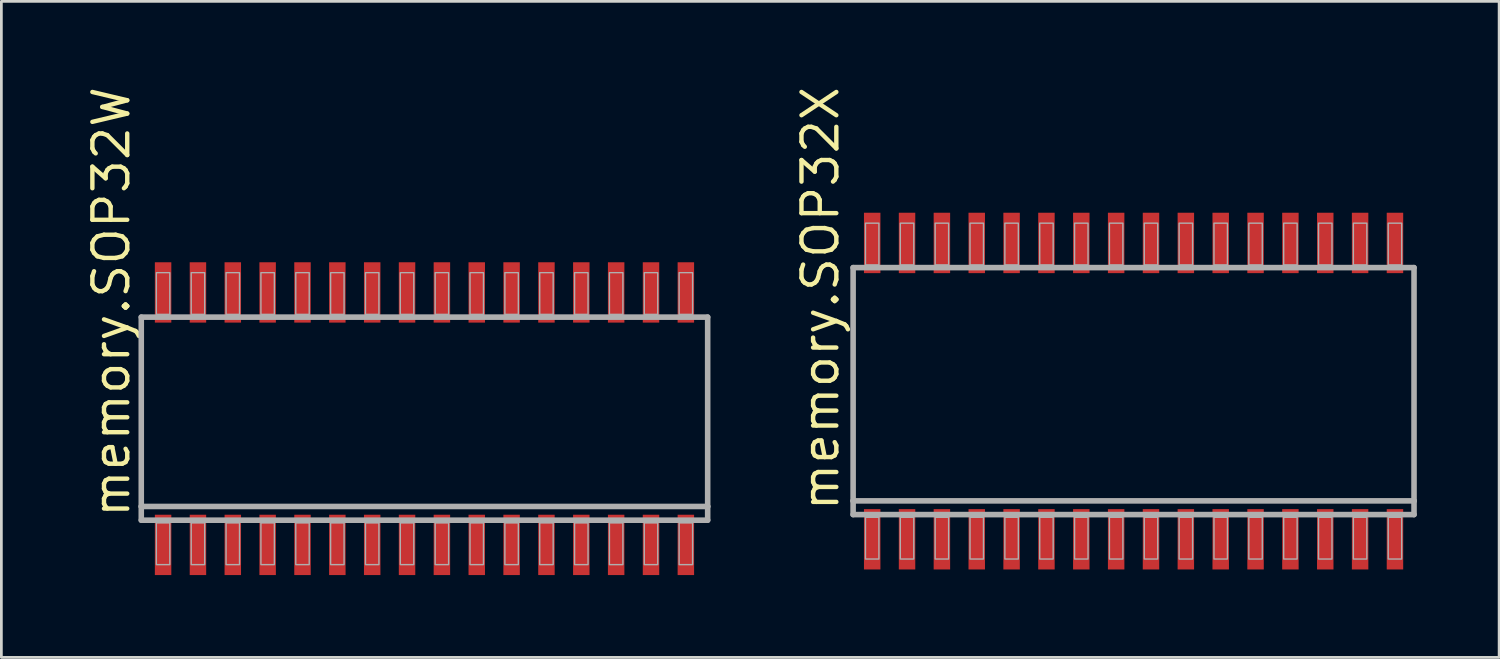
<source format=kicad_pcb>
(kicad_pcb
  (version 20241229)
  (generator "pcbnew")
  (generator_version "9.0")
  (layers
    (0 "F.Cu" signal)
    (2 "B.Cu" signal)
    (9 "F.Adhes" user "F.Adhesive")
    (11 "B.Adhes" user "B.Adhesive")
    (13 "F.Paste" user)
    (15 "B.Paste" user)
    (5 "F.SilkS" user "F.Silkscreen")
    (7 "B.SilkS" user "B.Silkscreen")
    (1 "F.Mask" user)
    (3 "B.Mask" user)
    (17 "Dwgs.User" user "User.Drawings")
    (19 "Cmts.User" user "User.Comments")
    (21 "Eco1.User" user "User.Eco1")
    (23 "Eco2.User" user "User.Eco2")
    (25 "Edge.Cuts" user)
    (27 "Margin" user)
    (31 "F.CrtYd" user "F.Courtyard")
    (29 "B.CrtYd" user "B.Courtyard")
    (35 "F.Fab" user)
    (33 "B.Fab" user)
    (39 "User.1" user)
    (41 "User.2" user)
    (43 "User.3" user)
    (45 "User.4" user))
  (footprint "memory.SOP32X"
    (layer "F.Cu")
    (at 38.258 11.202)
    (property "Reference" "memory.SOP32X" (at -10.668 4.445 90) (layer "F.SilkS") (effects (font (size 1.27 1.27) (thickness 0.16)) (justify left bottom)))
    (attr smd)
    (fp_line (start -10.22 -4.5) (end 10.22 -4.5) (stroke (width 0.203) (type default)) (layer "F.Fab"))
    (fp_line (start -10.22 4) (end -10.22 -4.5) (stroke (width 0.203) (type default)) (layer "F.Fab"))
    (fp_line (start -10.22 4.5) (end -10.22 4) (stroke (width 0.203) (type default)) (layer "F.Fab"))
    (fp_line (start 10.22 -4.5) (end 10.22 4) (stroke (width 0.203) (type default)) (layer "F.Fab"))
    (fp_line (start 10.22 4) (end -10.22 4) (stroke (width 0.203) (type default)) (layer "F.Fab"))
    (fp_line (start 10.22 4) (end 10.22 4.5) (stroke (width 0.203) (type default)) (layer "F.Fab"))
    (fp_line (start 10.22 4.5) (end -10.22 4.5) (stroke (width 0.203) (type default)) (layer "F.Fab"))
    (fp_rect (start -9.77 -4.6) (end -9.28 -6.12) (stroke (width 0.05) (type default)) (fill no) (layer "F.Fab"))
    (fp_rect (start -9.77 6.12) (end -9.28 4.6) (stroke (width 0.05) (type default)) (fill no) (layer "F.Fab"))
    (fp_rect (start -8.5 -4.6) (end -8.01 -6.12) (stroke (width 0.05) (type default)) (fill no) (layer "F.Fab"))
    (fp_rect (start -8.5 6.12) (end -8.01 4.6) (stroke (width 0.05) (type default)) (fill no) (layer "F.Fab"))
    (fp_rect (start -7.23 -4.6) (end -6.74 -6.12) (stroke (width 0.05) (type default)) (fill no) (layer "F.Fab"))
    (fp_rect (start -7.23 6.12) (end -6.74 4.6) (stroke (width 0.05) (type default)) (fill no) (layer "F.Fab"))
    (fp_rect (start -5.96 -4.6) (end -5.47 -6.12) (stroke (width 0.05) (type default)) (fill no) (layer "F.Fab"))
    (fp_rect (start -5.96 6.12) (end -5.47 4.6) (stroke (width 0.05) (type default)) (fill no) (layer "F.Fab"))
    (fp_rect (start -4.69 -4.6) (end -4.2 -6.12) (stroke (width 0.05) (type default)) (fill no) (layer "F.Fab"))
    (fp_rect (start -4.69 6.12) (end -4.2 4.6) (stroke (width 0.05) (type default)) (fill no) (layer "F.Fab"))
    (fp_rect (start -3.42 -4.6) (end -2.93 -6.12) (stroke (width 0.05) (type default)) (fill no) (layer "F.Fab"))
    (fp_rect (start -3.42 6.12) (end -2.93 4.6) (stroke (width 0.05) (type default)) (fill no) (layer "F.Fab"))
    (fp_rect (start -2.15 -4.6) (end -1.66 -6.12) (stroke (width 0.05) (type default)) (fill no) (layer "F.Fab"))
    (fp_rect (start -2.15 6.12) (end -1.66 4.6) (stroke (width 0.05) (type default)) (fill no) (layer "F.Fab"))
    (fp_rect (start -0.88 -4.6) (end -0.39 -6.12) (stroke (width 0.05) (type default)) (fill no) (layer "F.Fab"))
    (fp_rect (start -0.88 6.12) (end -0.39 4.6) (stroke (width 0.05) (type default)) (fill no) (layer "F.Fab"))
    (fp_rect (start 0.39 -4.6) (end 0.88 -6.12) (stroke (width 0.05) (type default)) (fill no) (layer "F.Fab"))
    (fp_rect (start 0.39 6.12) (end 0.88 4.6) (stroke (width 0.05) (type default)) (fill no) (layer "F.Fab"))
    (fp_rect (start 1.66 -4.6) (end 2.15 -6.12) (stroke (width 0.05) (type default)) (fill no) (layer "F.Fab"))
    (fp_rect (start 1.66 6.12) (end 2.15 4.6) (stroke (width 0.05) (type default)) (fill no) (layer "F.Fab"))
    (fp_rect (start 2.93 -4.6) (end 3.42 -6.12) (stroke (width 0.05) (type default)) (fill no) (layer "F.Fab"))
    (fp_rect (start 2.93 6.12) (end 3.42 4.6) (stroke (width 0.05) (type default)) (fill no) (layer "F.Fab"))
    (fp_rect (start 4.2 -4.6) (end 4.69 -6.12) (stroke (width 0.05) (type default)) (fill no) (layer "F.Fab"))
    (fp_rect (start 4.2 6.12) (end 4.69 4.6) (stroke (width 0.05) (type default)) (fill no) (layer "F.Fab"))
    (fp_rect (start 5.47 -4.6) (end 5.96 -6.12) (stroke (width 0.05) (type default)) (fill no) (layer "F.Fab"))
    (fp_rect (start 5.47 6.12) (end 5.96 4.6) (stroke (width 0.05) (type default)) (fill no) (layer "F.Fab"))
    (fp_rect (start 6.74 -4.6) (end 7.23 -6.12) (stroke (width 0.05) (type default)) (fill no) (layer "F.Fab"))
    (fp_rect (start 6.74 6.12) (end 7.23 4.6) (stroke (width 0.05) (type default)) (fill no) (layer "F.Fab"))
    (fp_rect (start 8.01 -4.6) (end 8.5 -6.12) (stroke (width 0.05) (type default)) (fill no) (layer "F.Fab"))
    (fp_rect (start 8.01 6.12) (end 8.5 4.6) (stroke (width 0.05) (type default)) (fill no) (layer "F.Fab"))
    (fp_rect (start 9.28 -4.6) (end 9.77 -6.12) (stroke (width 0.05) (type default)) (fill no) (layer "F.Fab"))
    (fp_rect (start 9.28 6.12) (end 9.77 4.6) (stroke (width 0.05) (type default)) (fill no) (layer "F.Fab"))
    (pad "1" smd roundrect (at -9.525 5.4) (size 0.6 2.2) (layers "F.Cu" "F.Mask" "F.Paste") (roundrect_rratio 0.01))
    (pad "2" smd roundrect (at -8.255 5.4) (size 0.6 2.2) (layers "F.Cu" "F.Mask" "F.Paste") (roundrect_rratio 0.01))
    (pad "3" smd roundrect (at -6.985 5.4) (size 0.6 2.2) (layers "F.Cu" "F.Mask" "F.Paste") (roundrect_rratio 0.01))
    (pad "4" smd roundrect (at -5.715 5.4) (size 0.6 2.2) (layers "F.Cu" "F.Mask" "F.Paste") (roundrect_rratio 0.01))
    (pad "5" smd roundrect (at -4.445 5.4) (size 0.6 2.2) (layers "F.Cu" "F.Mask" "F.Paste") (roundrect_rratio 0.01))
    (pad "6" smd roundrect (at -3.175 5.4) (size 0.6 2.2) (layers "F.Cu" "F.Mask" "F.Paste") (roundrect_rratio 0.01))
    (pad "7" smd roundrect (at -1.905 5.4) (size 0.6 2.2) (layers "F.Cu" "F.Mask" "F.Paste") (roundrect_rratio 0.01))
    (pad "8" smd roundrect (at -0.635 5.4) (size 0.6 2.2) (layers "F.Cu" "F.Mask" "F.Paste") (roundrect_rratio 0.01))
    (pad "9" smd roundrect (at 0.635 5.4) (size 0.6 2.2) (layers "F.Cu" "F.Mask" "F.Paste") (roundrect_rratio 0.01))
    (pad "10" smd roundrect (at 1.905 5.4) (size 0.6 2.2) (layers "F.Cu" "F.Mask" "F.Paste") (roundrect_rratio 0.01))
    (pad "11" smd roundrect (at 3.175 5.4) (size 0.6 2.2) (layers "F.Cu" "F.Mask" "F.Paste") (roundrect_rratio 0.01))
    (pad "12" smd roundrect (at 4.445 5.4) (size 0.6 2.2) (layers "F.Cu" "F.Mask" "F.Paste") (roundrect_rratio 0.01))
    (pad "13" smd roundrect (at 5.715 5.4) (size 0.6 2.2) (layers "F.Cu" "F.Mask" "F.Paste") (roundrect_rratio 0.01))
    (pad "14" smd roundrect (at 6.985 5.4) (size 0.6 2.2) (layers "F.Cu" "F.Mask" "F.Paste") (roundrect_rratio 0.01))
    (pad "15" smd roundrect (at 8.255 5.4) (size 0.6 2.2) (layers "F.Cu" "F.Mask" "F.Paste") (roundrect_rratio 0.01))
    (pad "16" smd roundrect (at 9.525 5.4) (size 0.6 2.2) (layers "F.Cu" "F.Mask" "F.Paste") (roundrect_rratio 0.01))
    (pad "17" smd roundrect (at 9.525 -5.4) (size 0.6 2.2) (layers "F.Cu" "F.Mask" "F.Paste") (roundrect_rratio 0.01))
    (pad "18" smd roundrect (at 8.255 -5.4) (size 0.6 2.2) (layers "F.Cu" "F.Mask" "F.Paste") (roundrect_rratio 0.01))
    (pad "19" smd roundrect (at 6.985 -5.4) (size 0.6 2.2) (layers "F.Cu" "F.Mask" "F.Paste") (roundrect_rratio 0.01))
    (pad "20" smd roundrect (at 5.715 -5.4) (size 0.6 2.2) (layers "F.Cu" "F.Mask" "F.Paste") (roundrect_rratio 0.01))
    (pad "21" smd roundrect (at 4.445 -5.4) (size 0.6 2.2) (layers "F.Cu" "F.Mask" "F.Paste") (roundrect_rratio 0.01))
    (pad "22" smd roundrect (at 3.175 -5.4) (size 0.6 2.2) (layers "F.Cu" "F.Mask" "F.Paste") (roundrect_rratio 0.01))
    (pad "23" smd roundrect (at 1.905 -5.4) (size 0.6 2.2) (layers "F.Cu" "F.Mask" "F.Paste") (roundrect_rratio 0.01))
    (pad "24" smd roundrect (at 0.635 -5.4) (size 0.6 2.2) (layers "F.Cu" "F.Mask" "F.Paste") (roundrect_rratio 0.01))
    (pad "25" smd roundrect (at -0.635 -5.4) (size 0.6 2.2) (layers "F.Cu" "F.Mask" "F.Paste") (roundrect_rratio 0.01))
    (pad "26" smd roundrect (at -1.905 -5.4) (size 0.6 2.2) (layers "F.Cu" "F.Mask" "F.Paste") (roundrect_rratio 0.01))
    (pad "27" smd roundrect (at -3.175 -5.4) (size 0.6 2.2) (layers "F.Cu" "F.Mask" "F.Paste") (roundrect_rratio 0.01))
    (pad "28" smd roundrect (at -4.445 -5.4) (size 0.6 2.2) (layers "F.Cu" "F.Mask" "F.Paste") (roundrect_rratio 0.01))
    (pad "29" smd roundrect (at -5.715 -5.4) (size 0.6 2.2) (layers "F.Cu" "F.Mask" "F.Paste") (roundrect_rratio 0.01))
    (pad "30" smd roundrect (at -6.985 -5.4) (size 0.6 2.2) (layers "F.Cu" "F.Mask" "F.Paste") (roundrect_rratio 0.01))
    (pad "31" smd roundrect (at -8.255 -5.4) (size 0.6 2.2) (layers "F.Cu" "F.Mask" "F.Paste") (roundrect_rratio 0.01))
    (pad "32" smd roundrect (at -9.525 -5.4) (size 0.6 2.2) (layers "F.Cu" "F.Mask" "F.Paste") (roundrect_rratio 0.01)))
  (footprint "memory.SOP32W"
    (layer "F.Cu")
    (at 12.418 12.206)
    (property "Reference" "memory.SOP32W" (at -10.668 3.683 90) (layer "F.SilkS") (effects (font (size 1.27 1.27) (thickness 0.16)) (justify left bottom)))
    (attr smd)
    (fp_line (start -10.32 -3.7) (end 10.32 -3.7) (stroke (width 0.203) (type default)) (layer "F.Fab"))
    (fp_line (start -10.32 3.2) (end -10.32 -3.7) (stroke (width 0.203) (type default)) (layer "F.Fab"))
    (fp_line (start -10.32 3.7) (end -10.32 3.2) (stroke (width 0.203) (type default)) (layer "F.Fab"))
    (fp_line (start 10.32 -3.7) (end 10.32 3.2) (stroke (width 0.203) (type default)) (layer "F.Fab"))
    (fp_line (start 10.32 3.2) (end -10.32 3.2) (stroke (width 0.203) (type default)) (layer "F.Fab"))
    (fp_line (start 10.32 3.2) (end 10.32 3.7) (stroke (width 0.203) (type default)) (layer "F.Fab"))
    (fp_line (start 10.32 3.7) (end -10.32 3.7) (stroke (width 0.203) (type default)) (layer "F.Fab"))
    (fp_rect (start -9.77 -3.8) (end -9.28 -5.32) (stroke (width 0.05) (type default)) (fill no) (layer "F.Fab"))
    (fp_rect (start -9.77 5.32) (end -9.28 3.8) (stroke (width 0.05) (type default)) (fill no) (layer "F.Fab"))
    (fp_rect (start -8.5 -3.8) (end -8.01 -5.32) (stroke (width 0.05) (type default)) (fill no) (layer "F.Fab"))
    (fp_rect (start -8.5 5.32) (end -8.01 3.8) (stroke (width 0.05) (type default)) (fill no) (layer "F.Fab"))
    (fp_rect (start -7.23 -3.8) (end -6.74 -5.32) (stroke (width 0.05) (type default)) (fill no) (layer "F.Fab"))
    (fp_rect (start -7.23 5.32) (end -6.74 3.8) (stroke (width 0.05) (type default)) (fill no) (layer "F.Fab"))
    (fp_rect (start -5.96 -3.8) (end -5.47 -5.32) (stroke (width 0.05) (type default)) (fill no) (layer "F.Fab"))
    (fp_rect (start -5.96 5.32) (end -5.47 3.8) (stroke (width 0.05) (type default)) (fill no) (layer "F.Fab"))
    (fp_rect (start -4.69 -3.8) (end -4.2 -5.32) (stroke (width 0.05) (type default)) (fill no) (layer "F.Fab"))
    (fp_rect (start -4.69 5.32) (end -4.2 3.8) (stroke (width 0.05) (type default)) (fill no) (layer "F.Fab"))
    (fp_rect (start -3.42 -3.8) (end -2.93 -5.32) (stroke (width 0.05) (type default)) (fill no) (layer "F.Fab"))
    (fp_rect (start -3.42 5.32) (end -2.93 3.8) (stroke (width 0.05) (type default)) (fill no) (layer "F.Fab"))
    (fp_rect (start -2.15 -3.8) (end -1.66 -5.32) (stroke (width 0.05) (type default)) (fill no) (layer "F.Fab"))
    (fp_rect (start -2.15 5.32) (end -1.66 3.8) (stroke (width 0.05) (type default)) (fill no) (layer "F.Fab"))
    (fp_rect (start -0.88 -3.8) (end -0.39 -5.32) (stroke (width 0.05) (type default)) (fill no) (layer "F.Fab"))
    (fp_rect (start -0.88 5.32) (end -0.39 3.8) (stroke (width 0.05) (type default)) (fill no) (layer "F.Fab"))
    (fp_rect (start 0.39 -3.8) (end 0.88 -5.32) (stroke (width 0.05) (type default)) (fill no) (layer "F.Fab"))
    (fp_rect (start 0.39 5.32) (end 0.88 3.8) (stroke (width 0.05) (type default)) (fill no) (layer "F.Fab"))
    (fp_rect (start 1.66 -3.8) (end 2.15 -5.32) (stroke (width 0.05) (type default)) (fill no) (layer "F.Fab"))
    (fp_rect (start 1.66 5.32) (end 2.15 3.8) (stroke (width 0.05) (type default)) (fill no) (layer "F.Fab"))
    (fp_rect (start 2.93 -3.8) (end 3.42 -5.32) (stroke (width 0.05) (type default)) (fill no) (layer "F.Fab"))
    (fp_rect (start 2.93 5.32) (end 3.42 3.8) (stroke (width 0.05) (type default)) (fill no) (layer "F.Fab"))
    (fp_rect (start 4.2 -3.8) (end 4.69 -5.32) (stroke (width 0.05) (type default)) (fill no) (layer "F.Fab"))
    (fp_rect (start 4.2 5.32) (end 4.69 3.8) (stroke (width 0.05) (type default)) (fill no) (layer "F.Fab"))
    (fp_rect (start 5.47 -3.8) (end 5.96 -5.32) (stroke (width 0.05) (type default)) (fill no) (layer "F.Fab"))
    (fp_rect (start 5.47 5.32) (end 5.96 3.8) (stroke (width 0.05) (type default)) (fill no) (layer "F.Fab"))
    (fp_rect (start 6.74 -3.8) (end 7.23 -5.32) (stroke (width 0.05) (type default)) (fill no) (layer "F.Fab"))
    (fp_rect (start 6.74 5.32) (end 7.23 3.8) (stroke (width 0.05) (type default)) (fill no) (layer "F.Fab"))
    (fp_rect (start 8.01 -3.8) (end 8.5 -5.32) (stroke (width 0.05) (type default)) (fill no) (layer "F.Fab"))
    (fp_rect (start 8.01 5.32) (end 8.5 3.8) (stroke (width 0.05) (type default)) (fill no) (layer "F.Fab"))
    (fp_rect (start 9.28 -3.8) (end 9.77 -5.32) (stroke (width 0.05) (type default)) (fill no) (layer "F.Fab"))
    (fp_rect (start 9.28 5.32) (end 9.77 3.8) (stroke (width 0.05) (type default)) (fill no) (layer "F.Fab"))
    (pad "1" smd roundrect (at -9.525 4.6) (size 0.6 2.2) (layers "F.Cu" "F.Mask" "F.Paste") (roundrect_rratio 0.01))
    (pad "2" smd roundrect (at -8.255 4.6) (size 0.6 2.2) (layers "F.Cu" "F.Mask" "F.Paste") (roundrect_rratio 0.01))
    (pad "3" smd roundrect (at -6.985 4.6) (size 0.6 2.2) (layers "F.Cu" "F.Mask" "F.Paste") (roundrect_rratio 0.01))
    (pad "4" smd roundrect (at -5.715 4.6) (size 0.6 2.2) (layers "F.Cu" "F.Mask" "F.Paste") (roundrect_rratio 0.01))
    (pad "5" smd roundrect (at -4.445 4.6) (size 0.6 2.2) (layers "F.Cu" "F.Mask" "F.Paste") (roundrect_rratio 0.01))
    (pad "6" smd roundrect (at -3.175 4.6) (size 0.6 2.2) (layers "F.Cu" "F.Mask" "F.Paste") (roundrect_rratio 0.01))
    (pad "7" smd roundrect (at -1.905 4.6) (size 0.6 2.2) (layers "F.Cu" "F.Mask" "F.Paste") (roundrect_rratio 0.01))
    (pad "8" smd roundrect (at -0.635 4.6) (size 0.6 2.2) (layers "F.Cu" "F.Mask" "F.Paste") (roundrect_rratio 0.01))
    (pad "9" smd roundrect (at 0.635 4.6) (size 0.6 2.2) (layers "F.Cu" "F.Mask" "F.Paste") (roundrect_rratio 0.01))
    (pad "10" smd roundrect (at 1.905 4.6) (size 0.6 2.2) (layers "F.Cu" "F.Mask" "F.Paste") (roundrect_rratio 0.01))
    (pad "11" smd roundrect (at 3.175 4.6) (size 0.6 2.2) (layers "F.Cu" "F.Mask" "F.Paste") (roundrect_rratio 0.01))
    (pad "12" smd roundrect (at 4.445 4.6) (size 0.6 2.2) (layers "F.Cu" "F.Mask" "F.Paste") (roundrect_rratio 0.01))
    (pad "13" smd roundrect (at 5.715 4.6) (size 0.6 2.2) (layers "F.Cu" "F.Mask" "F.Paste") (roundrect_rratio 0.01))
    (pad "14" smd roundrect (at 6.985 4.6) (size 0.6 2.2) (layers "F.Cu" "F.Mask" "F.Paste") (roundrect_rratio 0.01))
    (pad "15" smd roundrect (at 8.255 4.6) (size 0.6 2.2) (layers "F.Cu" "F.Mask" "F.Paste") (roundrect_rratio 0.01))
    (pad "16" smd roundrect (at 9.525 4.6) (size 0.6 2.2) (layers "F.Cu" "F.Mask" "F.Paste") (roundrect_rratio 0.01))
    (pad "17" smd roundrect (at 9.525 -4.6) (size 0.6 2.2) (layers "F.Cu" "F.Mask" "F.Paste") (roundrect_rratio 0.01))
    (pad "18" smd roundrect (at 8.255 -4.6) (size 0.6 2.2) (layers "F.Cu" "F.Mask" "F.Paste") (roundrect_rratio 0.01))
    (pad "19" smd roundrect (at 6.985 -4.6) (size 0.6 2.2) (layers "F.Cu" "F.Mask" "F.Paste") (roundrect_rratio 0.01))
    (pad "20" smd roundrect (at 5.715 -4.6) (size 0.6 2.2) (layers "F.Cu" "F.Mask" "F.Paste") (roundrect_rratio 0.01))
    (pad "21" smd roundrect (at 4.445 -4.6) (size 0.6 2.2) (layers "F.Cu" "F.Mask" "F.Paste") (roundrect_rratio 0.01))
    (pad "22" smd roundrect (at 3.175 -4.6) (size 0.6 2.2) (layers "F.Cu" "F.Mask" "F.Paste") (roundrect_rratio 0.01))
    (pad "23" smd roundrect (at 1.905 -4.6) (size 0.6 2.2) (layers "F.Cu" "F.Mask" "F.Paste") (roundrect_rratio 0.01))
    (pad "24" smd roundrect (at 0.635 -4.6) (size 0.6 2.2) (layers "F.Cu" "F.Mask" "F.Paste") (roundrect_rratio 0.01))
    (pad "25" smd roundrect (at -0.635 -4.6) (size 0.6 2.2) (layers "F.Cu" "F.Mask" "F.Paste") (roundrect_rratio 0.01))
    (pad "26" smd roundrect (at -1.905 -4.6) (size 0.6 2.2) (layers "F.Cu" "F.Mask" "F.Paste") (roundrect_rratio 0.01))
    (pad "27" smd roundrect (at -3.175 -4.6) (size 0.6 2.2) (layers "F.Cu" "F.Mask" "F.Paste") (roundrect_rratio 0.01))
    (pad "28" smd roundrect (at -4.445 -4.6) (size 0.6 2.2) (layers "F.Cu" "F.Mask" "F.Paste") (roundrect_rratio 0.01))
    (pad "29" smd roundrect (at -5.715 -4.6) (size 0.6 2.2) (layers "F.Cu" "F.Mask" "F.Paste") (roundrect_rratio 0.01))
    (pad "30" smd roundrect (at -6.985 -4.6) (size 0.6 2.2) (layers "F.Cu" "F.Mask" "F.Paste") (roundrect_rratio 0.01))
    (pad "31" smd roundrect (at -8.255 -4.6) (size 0.6 2.2) (layers "F.Cu" "F.Mask" "F.Paste") (roundrect_rratio 0.01))
    (pad "32" smd roundrect (at -9.525 -4.6) (size 0.6 2.2) (layers "F.Cu" "F.Mask" "F.Paste") (roundrect_rratio 0.01)))
  (gr_rect
    (start -3 -3)
    (end 51.579 20.906)
    (stroke (width 0.1) (type default))
    (fill no)
    (layer "Edge.Cuts")))
</source>
